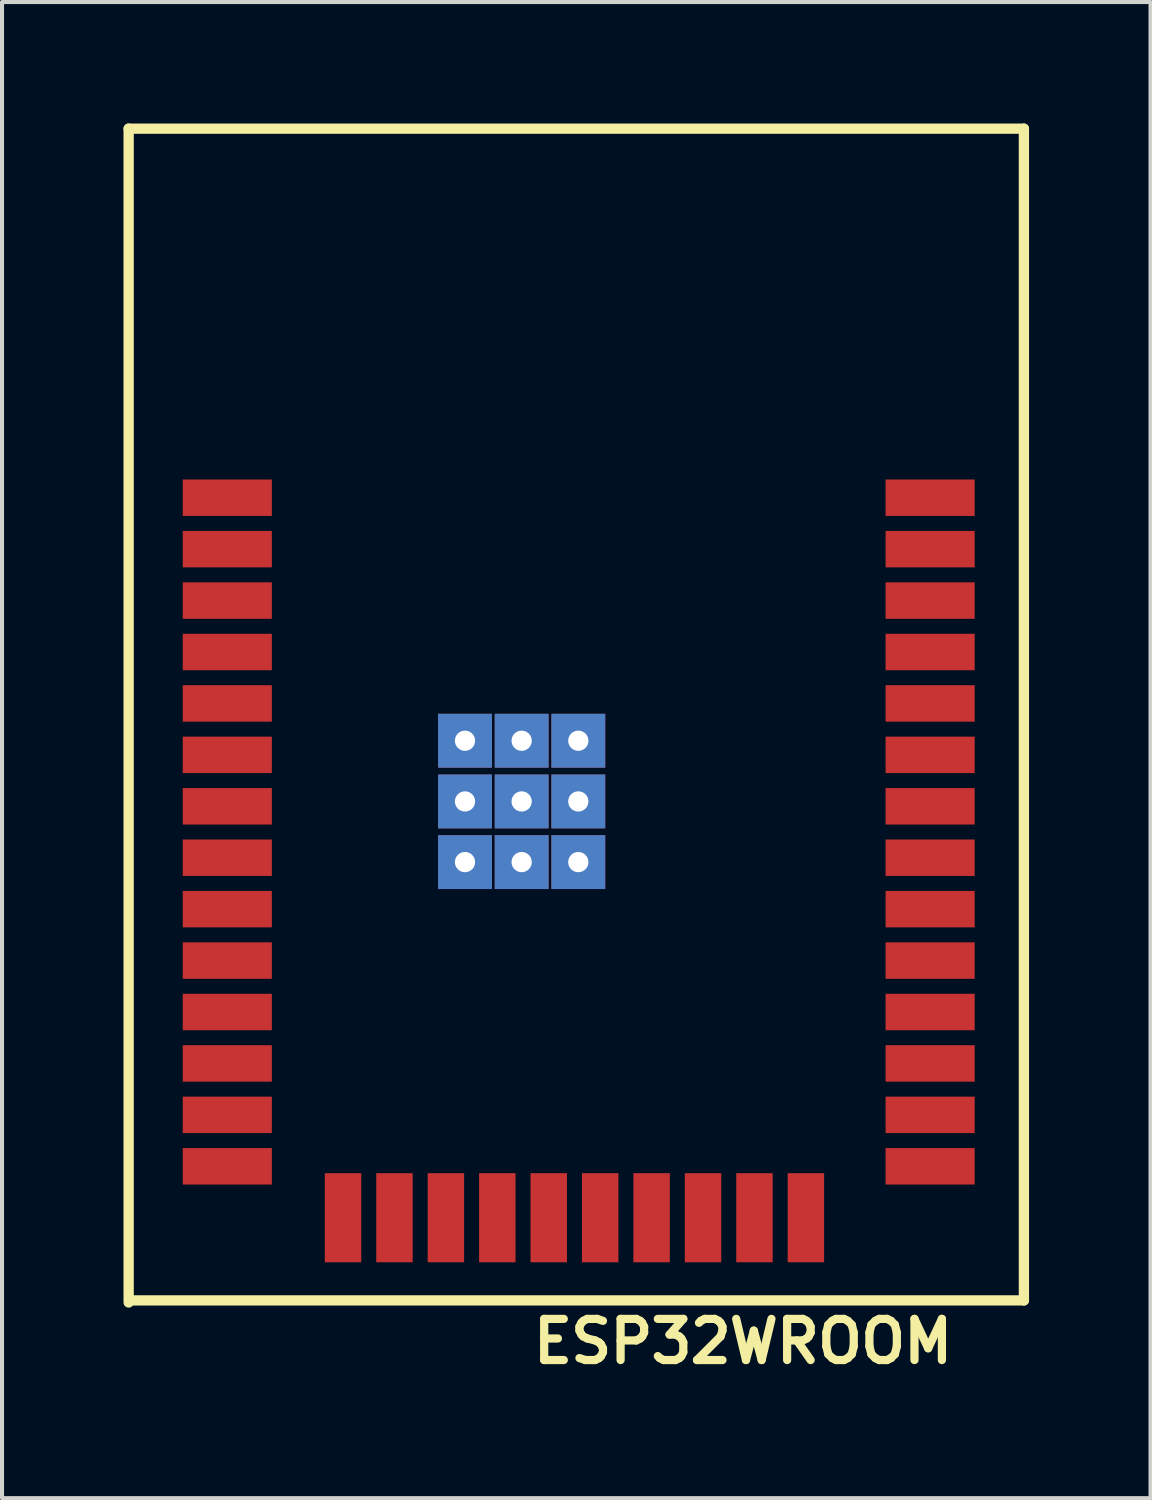
<source format=kicad_pcb>
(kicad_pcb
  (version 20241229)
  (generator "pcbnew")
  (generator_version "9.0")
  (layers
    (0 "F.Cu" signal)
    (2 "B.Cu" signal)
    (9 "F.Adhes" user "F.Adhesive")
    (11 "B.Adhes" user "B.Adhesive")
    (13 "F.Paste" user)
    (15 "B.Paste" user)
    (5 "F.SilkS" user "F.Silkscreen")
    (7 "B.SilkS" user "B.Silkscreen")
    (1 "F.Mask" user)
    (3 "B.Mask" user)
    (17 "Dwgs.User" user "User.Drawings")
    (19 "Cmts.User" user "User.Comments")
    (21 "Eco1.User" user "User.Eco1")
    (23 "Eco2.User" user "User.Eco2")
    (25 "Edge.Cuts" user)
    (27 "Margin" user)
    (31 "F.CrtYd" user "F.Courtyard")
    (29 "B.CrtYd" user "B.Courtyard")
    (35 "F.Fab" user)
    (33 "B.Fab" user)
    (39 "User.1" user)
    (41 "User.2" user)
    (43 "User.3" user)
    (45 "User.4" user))
  (footprint "ESP32WROOM"
    (layer "F.Cu")
    (at 2.139 27.031)
    (property "Reference" "ESP32WROOM" (at 7.874 3.639 0) (unlocked yes) (layer "F.SilkS") (effects (font (size 1.016 1.016) (thickness 0.203)) (justify left bottom)))
    (attr through_hole)
    (fp_line (start -2.012 -26.904) (end 20.096 -26.904) (stroke (width 0.254) (type solid)) (layer "F.SilkS"))
    (fp_line (start -2.012 2.083) (end -2.012 -26.904) (stroke (width 0.254) (type solid)) (layer "F.SilkS"))
    (fp_line (start -1.961 2.032) (end 20.096 2.032) (stroke (width 0.254) (type solid)) (layer "F.SilkS"))
    (fp_line (start 20.096 2.032) (end 20.096 -26.904) (stroke (width 0.254) (type solid)) (layer "F.SilkS"))
    (pad "1" smd rect (at 0.424 -17.79 90) (size 0.9 2.2) (layers "F.Cu" "F.Mask" "F.Paste"))
    (pad "2" smd rect (at 0.424 -16.52 90) (size 0.9 2.2) (layers "F.Cu" "F.Mask" "F.Paste"))
    (pad "3" smd rect (at 0.424 -15.25 90) (size 0.9 2.2) (layers "F.Cu" "F.Mask" "F.Paste"))
    (pad "4" smd rect (at 0.424 -13.98 90) (size 0.9 2.2) (layers "F.Cu" "F.Mask" "F.Paste"))
    (pad "5" smd rect (at 0.424 -12.71 90) (size 0.9 2.2) (layers "F.Cu" "F.Mask" "F.Paste"))
    (pad "6" smd rect (at 0.424 -11.44 90) (size 0.9 2.2) (layers "F.Cu" "F.Mask" "F.Paste"))
    (pad "7" smd rect (at 0.424 -10.17 90) (size 0.9 2.2) (layers "F.Cu" "F.Mask" "F.Paste"))
    (pad "8" smd rect (at 0.424 -8.9 90) (size 0.9 2.2) (layers "F.Cu" "F.Mask" "F.Paste"))
    (pad "9" smd rect (at 0.424 -7.63 90) (size 0.9 2.2) (layers "F.Cu" "F.Mask" "F.Paste"))
    (pad "10" smd rect (at 0.424 -6.36 90) (size 0.9 2.2) (layers "F.Cu" "F.Mask" "F.Paste"))
    (pad "11" smd rect (at 0.424 -5.09 90) (size 0.9 2.2) (layers "F.Cu" "F.Mask" "F.Paste"))
    (pad "12" smd rect (at 0.424 -3.82 90) (size 0.9 2.2) (layers "F.Cu" "F.Mask" "F.Paste"))
    (pad "13" smd rect (at 0.424 -2.55 90) (size 0.9 2.2) (layers "F.Cu" "F.Mask" "F.Paste"))
    (pad "14" smd rect (at 0.424 -1.28 90) (size 0.9 2.2) (layers "F.Cu" "F.Mask" "F.Paste"))
    (pad "15" smd rect (at 3.282 -0.01 90) (size 2.2 0.9) (layers "F.Cu" "F.Mask" "F.Paste"))
    (pad "16" smd rect (at 4.552 -0.01 90) (size 2.2 0.9) (layers "F.Cu" "F.Mask" "F.Paste"))
    (pad "17" smd rect (at 5.822 -0.01 90) (size 2.2 0.9) (layers "F.Cu" "F.Mask" "F.Paste"))
    (pad "18" smd rect (at 7.092 -0.01 90) (size 2.2 0.9) (layers "F.Cu" "F.Mask" "F.Paste"))
    (pad "19" smd rect (at 8.362 -0.01 90) (size 2.2 0.9) (layers "F.Cu" "F.Mask" "F.Paste"))
    (pad "20" smd rect (at 9.632 -0.01 90) (size 2.2 0.9) (layers "F.Cu" "F.Mask" "F.Paste"))
    (pad "21" smd rect (at 10.902 -0.01 90) (size 2.2 0.9) (layers "F.Cu" "F.Mask" "F.Paste"))
    (pad "22" smd rect (at 12.172 -0.01 90) (size 2.2 0.9) (layers "F.Cu" "F.Mask" "F.Paste"))
    (pad "23" smd rect (at 13.442 -0.01 90) (size 2.2 0.9) (layers "F.Cu" "F.Mask" "F.Paste"))
    (pad "24" smd rect (at 14.712 -0.01 90) (size 2.2 0.9) (layers "F.Cu" "F.Mask" "F.Paste"))
    (pad "25" smd rect (at 17.78 -1.28 90) (size 0.9 2.2) (layers "F.Cu" "F.Mask" "F.Paste"))
    (pad "26" smd rect (at 17.78 -2.55 90) (size 0.9 2.2) (layers "F.Cu" "F.Mask" "F.Paste"))
    (pad "27" smd rect (at 17.78 -3.82 90) (size 0.9 2.2) (layers "F.Cu" "F.Mask" "F.Paste"))
    (pad "28" smd rect (at 17.78 -5.09 90) (size 0.9 2.2) (layers "F.Cu" "F.Mask" "F.Paste"))
    (pad "29" smd rect (at 17.78 -6.36 90) (size 0.9 2.2) (layers "F.Cu" "F.Mask" "F.Paste"))
    (pad "30" smd rect (at 17.78 -7.63 90) (size 0.9 2.2) (layers "F.Cu" "F.Mask" "F.Paste"))
    (pad "31" smd rect (at 17.78 -8.9 90) (size 0.9 2.2) (layers "F.Cu" "F.Mask" "F.Paste"))
    (pad "32" smd rect (at 17.78 -10.17 90) (size 0.9 2.2) (layers "F.Cu" "F.Mask" "F.Paste"))
    (pad "33" smd rect (at 17.78 -11.44 90) (size 0.9 2.2) (layers "F.Cu" "F.Mask" "F.Paste"))
    (pad "34" smd rect (at 17.78 -12.71 90) (size 0.9 2.2) (layers "F.Cu" "F.Mask" "F.Paste"))
    (pad "35" smd rect (at 17.78 -13.98 90) (size 0.9 2.2) (layers "F.Cu" "F.Mask" "F.Paste"))
    (pad "36" smd rect (at 17.78 -15.25 90) (size 0.9 2.2) (layers "F.Cu" "F.Mask" "F.Paste"))
    (pad "37" smd rect (at 17.78 -16.52 90) (size 0.9 2.2) (layers "F.Cu" "F.Mask" "F.Paste"))
    (pad "38" smd rect (at 17.78 -17.79 90) (size 0.9 2.2) (layers "F.Cu" "F.Mask" "F.Paste"))
    (pad "39" thru_hole rect (at 6.294 -11.789) (size 1.33 1.33) (drill 0.5) (layers "*.Cu" "*.Mask"))
    (pad "39" thru_hole rect (at 6.294 -10.29) (size 1.33 1.33) (drill 0.5) (layers "*.Cu" "*.Mask"))
    (pad "39" thru_hole rect (at 6.294 -8.792) (size 1.33 1.33) (drill 0.5) (layers "*.Cu" "*.Mask"))
    (pad "39" thru_hole rect (at 7.693 -11.789) (size 1.33 1.33) (drill 0.5) (layers "*.Cu" "*.Mask"))
    (pad "39" thru_hole rect (at 7.693 -10.29) (size 1.33 1.33) (drill 0.5) (layers "*.Cu" "*.Mask"))
    (pad "39" thru_hole rect (at 7.693 -8.792) (size 1.33 1.33) (drill 0.5) (layers "*.Cu" "*.Mask"))
    (pad "39" thru_hole rect (at 9.092 -11.789) (size 1.33 1.33) (drill 0.5) (layers "*.Cu" "*.Mask"))
    (pad "39" thru_hole rect (at 9.092 -10.29) (size 1.33 1.33) (drill 0.5) (layers "*.Cu" "*.Mask"))
    (pad "39" thru_hole rect (at 9.092 -8.792) (size 1.33 1.33) (drill 0.5) (layers "*.Cu" "*.Mask")))
  (gr_rect
    (start -3 -3)
    (end 25.362 33.946)
    (stroke (width 0.1) (type default))
    (fill no)
    (layer "Edge.Cuts")))
</source>
